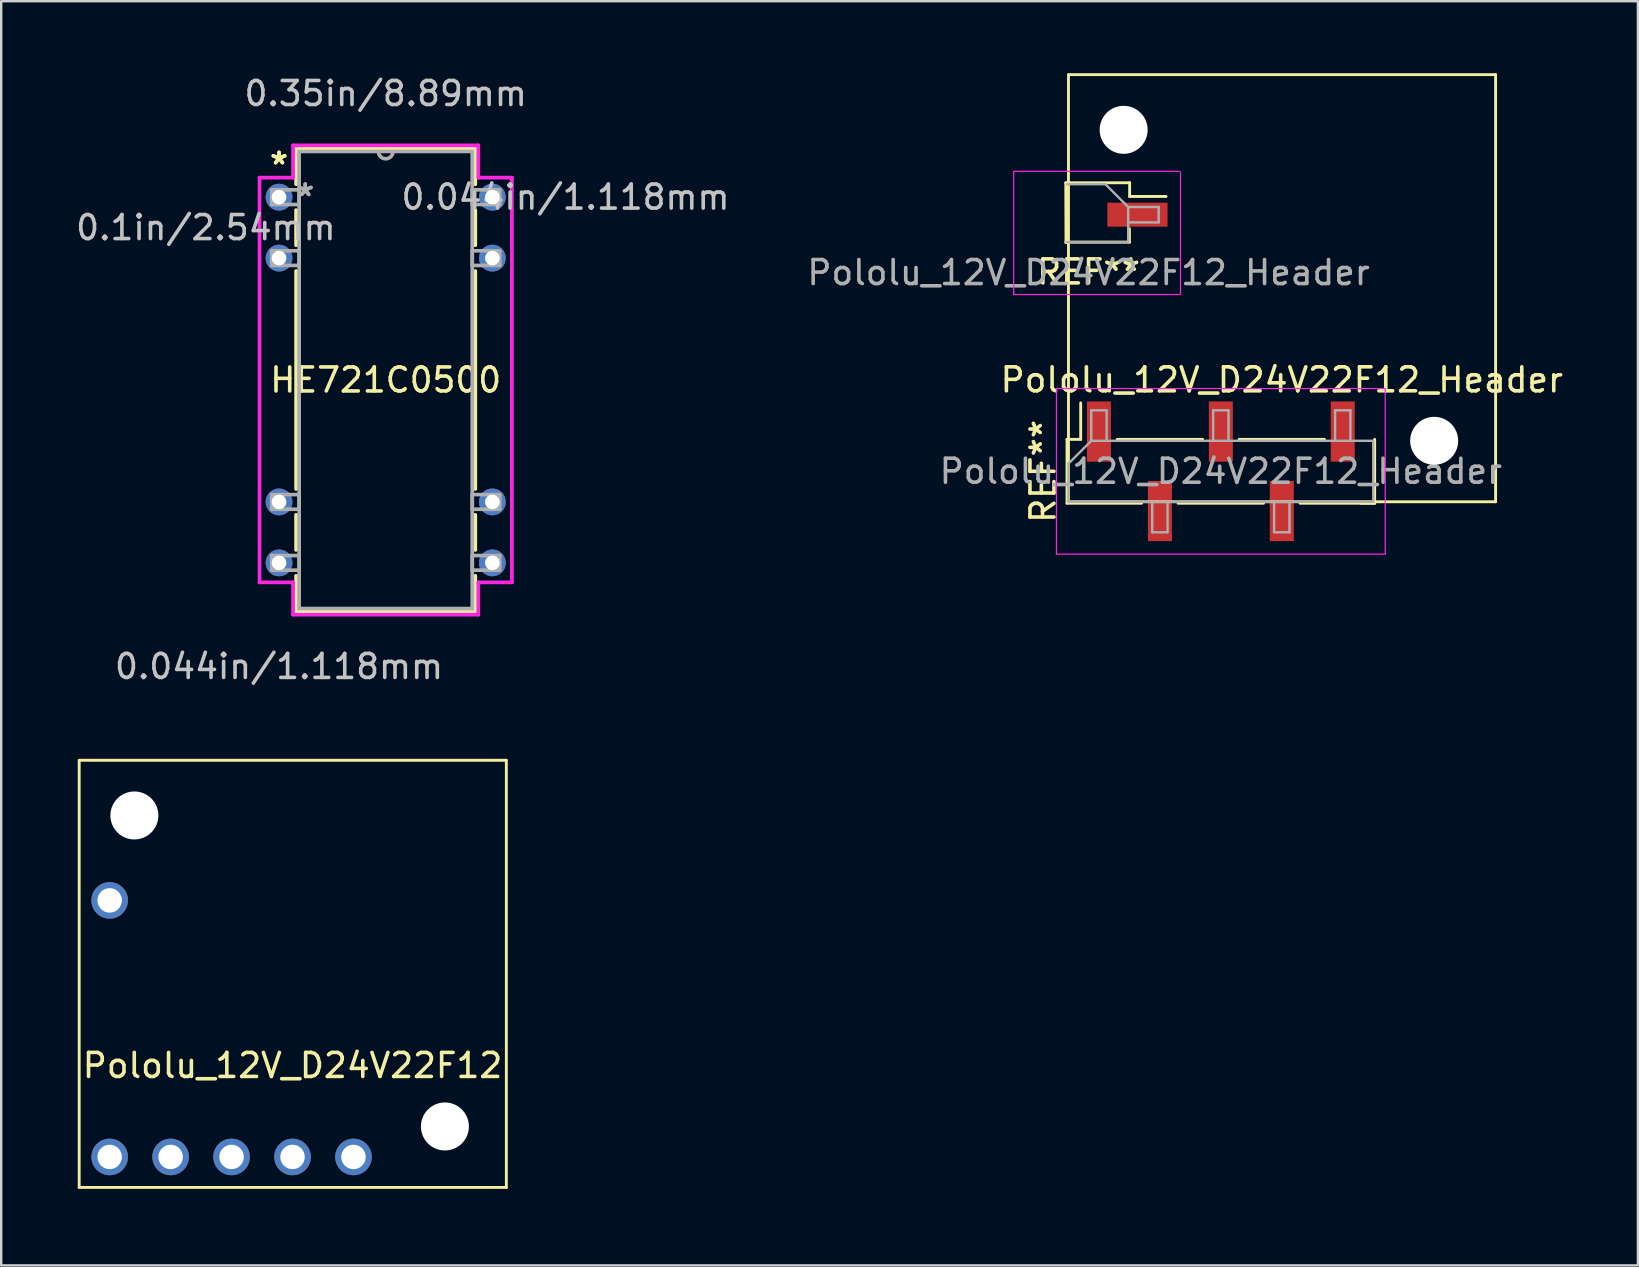
<source format=kicad_pcb>
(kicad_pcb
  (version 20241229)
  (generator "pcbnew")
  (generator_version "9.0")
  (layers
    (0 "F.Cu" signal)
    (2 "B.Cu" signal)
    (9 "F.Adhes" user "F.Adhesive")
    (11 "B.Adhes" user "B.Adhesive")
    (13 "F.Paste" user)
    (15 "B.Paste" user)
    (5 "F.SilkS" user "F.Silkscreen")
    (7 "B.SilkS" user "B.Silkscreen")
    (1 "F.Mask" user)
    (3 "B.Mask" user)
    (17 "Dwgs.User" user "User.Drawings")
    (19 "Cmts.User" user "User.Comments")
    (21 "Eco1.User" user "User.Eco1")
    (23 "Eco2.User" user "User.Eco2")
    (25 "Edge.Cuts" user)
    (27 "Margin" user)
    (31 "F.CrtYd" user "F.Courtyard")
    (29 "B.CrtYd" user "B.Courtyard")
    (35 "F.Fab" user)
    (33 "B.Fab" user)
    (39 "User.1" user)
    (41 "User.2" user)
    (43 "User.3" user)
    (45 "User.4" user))
  (footprint "Pololu_12V_D24V22F12"
    (layer "F.Cu")
    (at 0.25 46.432)
    (property "Reference" "Pololu_12V_D24V22F12" (at 8.89 -5.08 0) (layer "F.SilkS") (effects (font (size 1 1) (thickness 0.15))))
    (attr through_hole)
    (fp_line (start 0 -17.8) (end 17.8 -17.8) (stroke (width 0.12) (type solid)) (layer "F.SilkS"))
    (fp_line (start 0 0) (end 0 -17.78) (stroke (width 0.12) (type solid)) (layer "F.SilkS"))
    (fp_line (start 17.8 -17.8) (end 17.8 0) (stroke (width 0.12) (type solid)) (layer "F.SilkS"))
    (fp_line (start 17.8 0) (end 0 0) (stroke (width 0.12) (type solid)) (layer "F.SilkS"))
    (pad "" np_thru_hole circle (at 2.3 -15.5) (size 2 2) (drill 2) (layers "*.Cu" "*.Mask"))
    (pad "" np_thru_hole circle (at 15.24 -2.54) (size 2 2) (drill 2) (layers "*.Cu" "*.Mask"))
    (pad "1" thru_hole circle (at 6.35 -1.27) (size 1.524 1.524) (drill 1.02) (layers "*.Cu" "*.Mask"))
    (pad "2" thru_hole circle (at 3.81 -1.27) (size 1.524 1.524) (drill 1.02) (layers "*.Cu" "*.Mask"))
    (pad "3" thru_hole circle (at 1.27 -1.27) (size 1.524 1.524) (drill 1.02) (layers "*.Cu" "*.Mask"))
    (pad "4" thru_hole circle (at 8.89 -1.27) (size 1.524 1.524) (drill 1.02) (layers "*.Cu" "*.Mask"))
    (pad "5" thru_hole circle (at 1.27 -11.96) (size 1.524 1.524) (drill 1.02) (layers "*.Cu" "*.Mask"))
    (pad "6" thru_hole circle (at 11.43 -1.27) (size 1.524 1.524) (drill 1.02) (layers "*.Cu" "*.Mask")))
  (footprint "Pololu_12V_D24V22F12_Header"
    (layer "F.Cu")
    (at 41.475 17.86)
    (property "Reference" "Pololu_12V_D24V22F12_Header" (at 8.89 -5.08 0) (layer "F.SilkS") (effects (font (size 1 1) (thickness 0.15))))
    (attr through_hole)
    (fp_line (start -0.111 -13.293) (end -0.102 -10.795) (stroke (width 0.12) (type solid)) (layer "F.SilkS"))
    (fp_line (start -0.06 -2.6) (end 0.51 -2.6) (stroke (width 0.12) (type solid)) (layer "F.SilkS"))
    (fp_line (start -0.06 0.06) (end -0.06 -2.6) (stroke (width 0.12) (type solid)) (layer "F.SilkS"))
    (fp_line (start -0.06 0.06) (end 3.05 0.06) (stroke (width 0.12) (type solid)) (layer "F.SilkS"))
    (fp_line (start 0 -17.8) (end 17.8 -17.8) (stroke (width 0.12) (type solid)) (layer "F.SilkS"))
    (fp_line (start 0 0) (end 0 -17.78) (stroke (width 0.12) (type solid)) (layer "F.SilkS"))
    (fp_line (start 0.51 -2.6) (end 0.51 -4.12) (stroke (width 0.12) (type solid)) (layer "F.SilkS"))
    (fp_line (start 2.03 -2.6) (end 5.59 -2.6) (stroke (width 0.12) (type solid)) (layer "F.SilkS"))
    (fp_line (start 2.54 -11.381) (end 2.54 -10.82) (stroke (width 0.12) (type solid)) (layer "F.SilkS"))
    (fp_line (start 2.549 -13.293) (end -0.111 -13.293) (stroke (width 0.12) (type solid)) (layer "F.SilkS"))
    (fp_line (start 2.549 -13.293) (end 2.549 -12.723) (stroke (width 0.12) (type solid)) (layer "F.SilkS"))
    (fp_line (start 2.549 -12.723) (end 4.069 -12.723) (stroke (width 0.12) (type solid)) (layer "F.SilkS"))
    (fp_line (start 2.549 -10.82) (end -0.111 -10.82) (stroke (width 0.12) (type solid)) (layer "F.SilkS"))
    (fp_line (start 4.57 0.06) (end 8.13 0.06) (stroke (width 0.12) (type solid)) (layer "F.SilkS"))
    (fp_line (start 7.11 -2.6) (end 10.67 -2.6) (stroke (width 0.12) (type solid)) (layer "F.SilkS"))
    (fp_line (start 9.65 0.06) (end 12.76 0.06) (stroke (width 0.12) (type solid)) (layer "F.SilkS"))
    (fp_line (start 12.19 0.06) (end 12.76 0.06) (stroke (width 0.12) (type solid)) (layer "F.SilkS"))
    (fp_line (start 12.76 0.06) (end 12.76 -2.6) (stroke (width 0.12) (type solid)) (layer "F.SilkS"))
    (fp_line (start 17.8 -17.8) (end 17.8 0) (stroke (width 0.12) (type solid)) (layer "F.SilkS"))
    (fp_line (start 17.8 0) (end 0 0) (stroke (width 0.12) (type solid)) (layer "F.SilkS"))
    (fp_line (start -2.282 -13.769) (end 4.618 -13.769) (stroke (width 0.05) (type solid)) (layer "F.CrtYd"))
    (fp_line (start -2.282 -8.636) (end -2.282 -13.769) (stroke (width 0.05) (type solid)) (layer "F.CrtYd"))
    (fp_line (start -0.5 -4.72) (end -0.5 2.18) (stroke (width 0.05) (type solid)) (layer "F.CrtYd"))
    (fp_line (start -0.5 2.18) (end 13.2 2.18) (stroke (width 0.05) (type solid)) (layer "F.CrtYd"))
    (fp_line (start 4.614 -8.636) (end -2.286 -8.636) (stroke (width 0.05) (type solid)) (layer "F.CrtYd"))
    (fp_line (start 4.669 -13.743) (end 4.669 -8.636) (stroke (width 0.05) (type solid)) (layer "F.CrtYd"))
    (fp_line (start 13.2 -4.72) (end -0.5 -4.72) (stroke (width 0.05) (type solid)) (layer "F.CrtYd"))
    (fp_line (start 13.2 2.18) (end 13.2 -4.72) (stroke (width 0.05) (type solid)) (layer "F.CrtYd"))
    (fp_line (start -0.076 -10.82) (end 2.464 -10.82) (stroke (width 0.1) (type solid)) (layer "F.Fab"))
    (fp_line (start 0 0) (end 0 -1.59) (stroke (width 0.1) (type solid)) (layer "F.Fab"))
    (fp_line (start 0 0) (end 12.7 0) (stroke (width 0.1) (type solid)) (layer "F.Fab"))
    (fp_line (start 0.95 -3.81) (end 1.59 -3.81) (stroke (width 0.1) (type solid)) (layer "F.Fab"))
    (fp_line (start 0.95 -2.54) (end 0 -1.59) (stroke (width 0.1) (type solid)) (layer "F.Fab"))
    (fp_line (start 0.95 -2.54) (end 0.95 -3.81) (stroke (width 0.1) (type solid)) (layer "F.Fab"))
    (fp_line (start 1.539 -13.233) (end -0.051 -13.233) (stroke (width 0.1) (type solid)) (layer "F.Fab"))
    (fp_line (start 1.59 -3.81) (end 1.59 -2.54) (stroke (width 0.1) (type solid)) (layer "F.Fab"))
    (fp_line (start 2.489 -12.283) (end 1.539 -13.233) (stroke (width 0.1) (type solid)) (layer "F.Fab"))
    (fp_line (start 2.489 -12.283) (end 3.759 -12.283) (stroke (width 0.1) (type solid)) (layer "F.Fab"))
    (fp_line (start 2.489 -10.82) (end 2.489 -12.283) (stroke (width 0.1) (type solid)) (layer "F.Fab"))
    (fp_line (start 3.49 0) (end 3.49 1.27) (stroke (width 0.1) (type solid)) (layer "F.Fab"))
    (fp_line (start 3.49 1.27) (end 4.13 1.27) (stroke (width 0.1) (type solid)) (layer "F.Fab"))
    (fp_line (start 3.759 -12.283) (end 3.759 -11.643) (stroke (width 0.1) (type solid)) (layer "F.Fab"))
    (fp_line (start 3.759 -11.643) (end 2.489 -11.643) (stroke (width 0.1) (type solid)) (layer "F.Fab"))
    (fp_line (start 4.13 1.27) (end 4.13 0) (stroke (width 0.1) (type solid)) (layer "F.Fab"))
    (fp_line (start 6.03 -3.81) (end 6.67 -3.81) (stroke (width 0.1) (type solid)) (layer "F.Fab"))
    (fp_line (start 6.03 -2.54) (end 6.03 -3.81) (stroke (width 0.1) (type solid)) (layer "F.Fab"))
    (fp_line (start 6.67 -3.81) (end 6.67 -2.54) (stroke (width 0.1) (type solid)) (layer "F.Fab"))
    (fp_line (start 8.57 0) (end 8.57 1.27) (stroke (width 0.1) (type solid)) (layer "F.Fab"))
    (fp_line (start 8.57 1.27) (end 9.21 1.27) (stroke (width 0.1) (type solid)) (layer "F.Fab"))
    (fp_line (start 9.21 1.27) (end 9.21 0) (stroke (width 0.1) (type solid)) (layer "F.Fab"))
    (fp_line (start 11.11 -3.81) (end 11.75 -3.81) (stroke (width 0.1) (type solid)) (layer "F.Fab"))
    (fp_line (start 11.11 -2.54) (end 11.11 -3.81) (stroke (width 0.1) (type solid)) (layer "F.Fab"))
    (fp_line (start 11.75 -3.81) (end 11.75 -2.54) (stroke (width 0.1) (type solid)) (layer "F.Fab"))
    (fp_line (start 12.7 -2.54) (end 0.95 -2.54) (stroke (width 0.1) (type solid)) (layer "F.Fab"))
    (fp_line (start 12.7 -2.54) (end 12.7 0) (stroke (width 0.1) (type solid)) (layer "F.Fab"))
    (fp_text user "REF**" (at 0.838 -9.576 0) (layer "F.SilkS") (effects (font (size 1 1) (thickness 0.15))))
    (fp_text user "REF**" (at -1.06 -1.27 90) (layer "F.SilkS") (effects (font (size 1 1) (thickness 0.15))))
    (fp_text user "${REFERENCE}" (at 0.838 -9.55 180) (layer "F.Fab") (effects (font (size 1 1) (thickness 0.15))))
    (fp_text user "${REFERENCE}" (at 6.35 -1.27 180) (layer "F.Fab") (effects (font (size 1 1) (thickness 0.15))))
    (pad "" np_thru_hole circle (at 2.3 -15.5) (size 2 2) (drill 2) (layers "*.Cu" "*.Mask"))
    (pad "" np_thru_hole circle (at 15.24 -2.54) (size 2 2) (drill 2) (layers "*.Cu" "*.Mask"))
    (pad "1" smd rect (at 6.35 -2.925 90) (size 2.51 1) (layers "F.Cu" "F.Mask" "F.Paste"))
    (pad "2" smd rect (at 3.81 0.385 90) (size 2.51 1) (layers "F.Cu" "F.Mask" "F.Paste"))
    (pad "3" smd rect (at 1.27 -2.925 90) (size 2.51 1) (layers "F.Cu" "F.Mask" "F.Paste"))
    (pad "4" smd rect (at 8.89 0.385 90) (size 2.51 1) (layers "F.Cu" "F.Mask" "F.Paste"))
    (pad "5" smd rect (at 2.874 -11.963) (size 2.51 1) (layers "F.Cu" "F.Mask" "F.Paste"))
    (pad "6" smd rect (at 11.43 -2.925 90) (size 2.51 1) (layers "F.Cu" "F.Mask" "F.Paste")))
  (footprint "HE721C0500"
    (layer "F.Cu")
    (at 8.578 5.166)
    (property "Reference" "HE721C0500" (at 4.445 7.62 0) (layer "F.SilkS") (effects (font (size 1 1) (thickness 0.15))))
    (attr through_hole)
    (fp_line (start 0.711 -2.032) (end 0.711 -0.538) (stroke (width 0.152) (type solid)) (layer "F.SilkS"))
    (fp_line (start 0.711 0.538) (end 0.711 2.002) (stroke (width 0.152) (type solid)) (layer "F.SilkS"))
    (fp_line (start 0.711 3.078) (end 0.711 12.162) (stroke (width 0.152) (type solid)) (layer "F.SilkS"))
    (fp_line (start 0.711 13.238) (end 0.711 14.702) (stroke (width 0.152) (type solid)) (layer "F.SilkS"))
    (fp_line (start 0.711 15.778) (end 0.711 17.272) (stroke (width 0.152) (type solid)) (layer "F.SilkS"))
    (fp_line (start 0.711 17.272) (end 8.179 17.272) (stroke (width 0.152) (type solid)) (layer "F.SilkS"))
    (fp_line (start 8.179 -2.032) (end 0.711 -2.032) (stroke (width 0.152) (type solid)) (layer "F.SilkS"))
    (fp_line (start 8.179 -0.538) (end 8.179 -2.032) (stroke (width 0.152) (type solid)) (layer "F.SilkS"))
    (fp_line (start 8.179 2.002) (end 8.179 0.538) (stroke (width 0.152) (type solid)) (layer "F.SilkS"))
    (fp_line (start 8.179 12.162) (end 8.179 3.078) (stroke (width 0.152) (type solid)) (layer "F.SilkS"))
    (fp_line (start 8.179 14.702) (end 8.179 13.238) (stroke (width 0.152) (type solid)) (layer "F.SilkS"))
    (fp_line (start 8.179 17.272) (end 8.179 15.778) (stroke (width 0.152) (type solid)) (layer "F.SilkS"))
    (fp_line (start -0.813 -0.813) (end -0.813 16.053) (stroke (width 0.152) (type solid)) (layer "F.CrtYd"))
    (fp_line (start -0.813 16.053) (end 0.584 16.053) (stroke (width 0.152) (type solid)) (layer "F.CrtYd"))
    (fp_line (start 0.584 -2.159) (end 0.584 -0.813) (stroke (width 0.152) (type solid)) (layer "F.CrtYd"))
    (fp_line (start 0.584 -0.813) (end -0.813 -0.813) (stroke (width 0.152) (type solid)) (layer "F.CrtYd"))
    (fp_line (start 0.584 16.053) (end 0.584 17.399) (stroke (width 0.152) (type solid)) (layer "F.CrtYd"))
    (fp_line (start 0.584 17.399) (end 8.306 17.399) (stroke (width 0.152) (type solid)) (layer "F.CrtYd"))
    (fp_line (start 8.306 -2.159) (end 0.584 -2.159) (stroke (width 0.152) (type solid)) (layer "F.CrtYd"))
    (fp_line (start 8.306 -0.813) (end 8.306 -2.159) (stroke (width 0.152) (type solid)) (layer "F.CrtYd"))
    (fp_line (start 8.306 16.053) (end 9.703 16.053) (stroke (width 0.152) (type solid)) (layer "F.CrtYd"))
    (fp_line (start 8.306 17.399) (end 8.306 16.053) (stroke (width 0.152) (type solid)) (layer "F.CrtYd"))
    (fp_line (start 9.703 -0.813) (end 8.306 -0.813) (stroke (width 0.152) (type solid)) (layer "F.CrtYd"))
    (fp_line (start 9.703 16.053) (end 9.703 -0.813) (stroke (width 0.152) (type solid)) (layer "F.CrtYd"))
    (fp_line (start -0.305 -0.305) (end -0.305 0.305) (stroke (width 0.152) (type solid)) (layer "F.Fab"))
    (fp_line (start -0.305 0.305) (end 0.838 0.305) (stroke (width 0.152) (type solid)) (layer "F.Fab"))
    (fp_line (start -0.305 2.235) (end -0.305 2.845) (stroke (width 0.152) (type solid)) (layer "F.Fab"))
    (fp_line (start -0.305 2.845) (end 0.838 2.845) (stroke (width 0.152) (type solid)) (layer "F.Fab"))
    (fp_line (start -0.305 12.395) (end -0.305 13.005) (stroke (width 0.152) (type solid)) (layer "F.Fab"))
    (fp_line (start -0.305 13.005) (end 0.838 13.005) (stroke (width 0.152) (type solid)) (layer "F.Fab"))
    (fp_line (start -0.305 14.935) (end -0.305 15.545) (stroke (width 0.152) (type solid)) (layer "F.Fab"))
    (fp_line (start -0.305 15.545) (end 0.838 15.545) (stroke (width 0.152) (type solid)) (layer "F.Fab"))
    (fp_line (start 0.838 -1.905) (end 0.838 17.145) (stroke (width 0.152) (type solid)) (layer "F.Fab"))
    (fp_line (start 0.838 -0.305) (end -0.305 -0.305) (stroke (width 0.152) (type solid)) (layer "F.Fab"))
    (fp_line (start 0.838 0.305) (end 0.838 -0.305) (stroke (width 0.152) (type solid)) (layer "F.Fab"))
    (fp_line (start 0.838 2.235) (end -0.305 2.235) (stroke (width 0.152) (type solid)) (layer "F.Fab"))
    (fp_line (start 0.838 2.845) (end 0.838 2.235) (stroke (width 0.152) (type solid)) (layer "F.Fab"))
    (fp_line (start 0.838 12.395) (end -0.305 12.395) (stroke (width 0.152) (type solid)) (layer "F.Fab"))
    (fp_line (start 0.838 13.005) (end 0.838 12.395) (stroke (width 0.152) (type solid)) (layer "F.Fab"))
    (fp_line (start 0.838 14.935) (end -0.305 14.935) (stroke (width 0.152) (type solid)) (layer "F.Fab"))
    (fp_line (start 0.838 15.545) (end 0.838 14.935) (stroke (width 0.152) (type solid)) (layer "F.Fab"))
    (fp_line (start 0.838 17.145) (end 8.052 17.145) (stroke (width 0.152) (type solid)) (layer "F.Fab"))
    (fp_line (start 8.052 -1.905) (end 0.838 -1.905) (stroke (width 0.152) (type solid)) (layer "F.Fab"))
    (fp_line (start 8.052 -0.305) (end 8.052 0.305) (stroke (width 0.152) (type solid)) (layer "F.Fab"))
    (fp_line (start 8.052 0.305) (end 9.195 0.305) (stroke (width 0.152) (type solid)) (layer "F.Fab"))
    (fp_line (start 8.052 2.235) (end 8.052 2.845) (stroke (width 0.152) (type solid)) (layer "F.Fab"))
    (fp_line (start 8.052 2.845) (end 9.195 2.845) (stroke (width 0.152) (type solid)) (layer "F.Fab"))
    (fp_line (start 8.052 12.395) (end 8.052 13.005) (stroke (width 0.152) (type solid)) (layer "F.Fab"))
    (fp_line (start 8.052 13.005) (end 9.195 13.005) (stroke (width 0.152) (type solid)) (layer "F.Fab"))
    (fp_line (start 8.052 14.935) (end 8.052 15.545) (stroke (width 0.152) (type solid)) (layer "F.Fab"))
    (fp_line (start 8.052 15.545) (end 9.195 15.545) (stroke (width 0.152) (type solid)) (layer "F.Fab"))
    (fp_line (start 8.052 17.145) (end 8.052 -1.905) (stroke (width 0.152) (type solid)) (layer "F.Fab"))
    (fp_line (start 9.195 -0.305) (end 8.052 -0.305) (stroke (width 0.152) (type solid)) (layer "F.Fab"))
    (fp_line (start 9.195 0.305) (end 9.195 -0.305) (stroke (width 0.152) (type solid)) (layer "F.Fab"))
    (fp_line (start 9.195 2.235) (end 8.052 2.235) (stroke (width 0.152) (type solid)) (layer "F.Fab"))
    (fp_line (start 9.195 2.845) (end 9.195 2.235) (stroke (width 0.152) (type solid)) (layer "F.Fab"))
    (fp_line (start 9.195 12.395) (end 8.052 12.395) (stroke (width 0.152) (type solid)) (layer "F.Fab"))
    (fp_line (start 9.195 13.005) (end 9.195 12.395) (stroke (width 0.152) (type solid)) (layer "F.Fab"))
    (fp_line (start 9.195 14.935) (end 8.052 14.935) (stroke (width 0.152) (type solid)) (layer "F.Fab"))
    (fp_line (start 9.195 15.545) (end 9.195 14.935) (stroke (width 0.152) (type solid)) (layer "F.Fab"))
    (fp_arc (start 4.7498 -1.905) (mid 4.445 -1.6002) (end 4.1402 -1.905) (stroke (width 0.1524) (type solid)) (layer "F.Fab"))
    (fp_text user "*" (at 0 -1.321 0) (layer "F.SilkS") (effects (font (size 1 1) (thickness 0.15))))
    (fp_text user "*" (at 0 -1.321 0) (layer "F.SilkS") (effects (font (size 1 1) (thickness 0.15))))
    (fp_text user "0.044in/1.118mm" (at 0 19.558 0) (layer "Dwgs.User") (effects (font (size 1 1) (thickness 0.15))))
    (fp_text user "0.1in/2.54mm" (at -3.048 1.27 0) (layer "Dwgs.User") (effects (font (size 1 1) (thickness 0.15))))
    (fp_text user "0.044in/1.118mm" (at 11.938 0 0) (layer "Dwgs.User") (effects (font (size 1 1) (thickness 0.15))))
    (fp_text user "0.35in/8.89mm" (at 4.445 -4.318 0) (layer "Dwgs.User") (effects (font (size 1 1) (thickness 0.15))))
    (fp_text user "Copyright 2016 Accelerated Designs. All rights reserved." (at 0 0 0) (layer "Cmts.User") (effects (font (size 0.127 0.127) (thickness 0.002))))
    (fp_text user "*" (at 1.092 0 0) (layer "F.Fab") (effects (font (size 1 1) (thickness 0.15))))
    (fp_text user "*" (at 1.092 0 0) (layer "F.Fab") (effects (font (size 1 1) (thickness 0.15))))
    (pad "1" thru_hole circle (at 0 0) (size 1.118 1.118) (drill 0.61) (layers "*.Cu" "*.Mask"))
    (pad "2" thru_hole circle (at 0 2.54) (size 1.118 1.118) (drill 0.61) (layers "*.Cu" "*.Mask"))
    (pad "6" thru_hole circle (at 0 12.7) (size 1.118 1.118) (drill 0.61) (layers "*.Cu" "*.Mask"))
    (pad "7" thru_hole circle (at 0 15.24) (size 1.118 1.118) (drill 0.61) (layers "*.Cu" "*.Mask"))
    (pad "8" thru_hole circle (at 8.89 15.24) (size 1.118 1.118) (drill 0.61) (layers "*.Cu" "*.Mask"))
    (pad "9" thru_hole circle (at 8.89 12.7) (size 1.118 1.118) (drill 0.61) (layers "*.Cu" "*.Mask"))
    (pad "13" thru_hole circle (at 8.89 2.54) (size 1.118 1.118) (drill 0.61) (layers "*.Cu" "*.Mask"))
    (pad "14" thru_hole circle (at 8.89 0) (size 1.118 1.118) (drill 0.61) (layers "*.Cu" "*.Mask")))
  (gr_rect
    (start -3 -3)
    (end 65.204 49.682)
    (stroke (width 0.1) (type default))
    (fill no)
    (layer "Edge.Cuts")))
</source>
